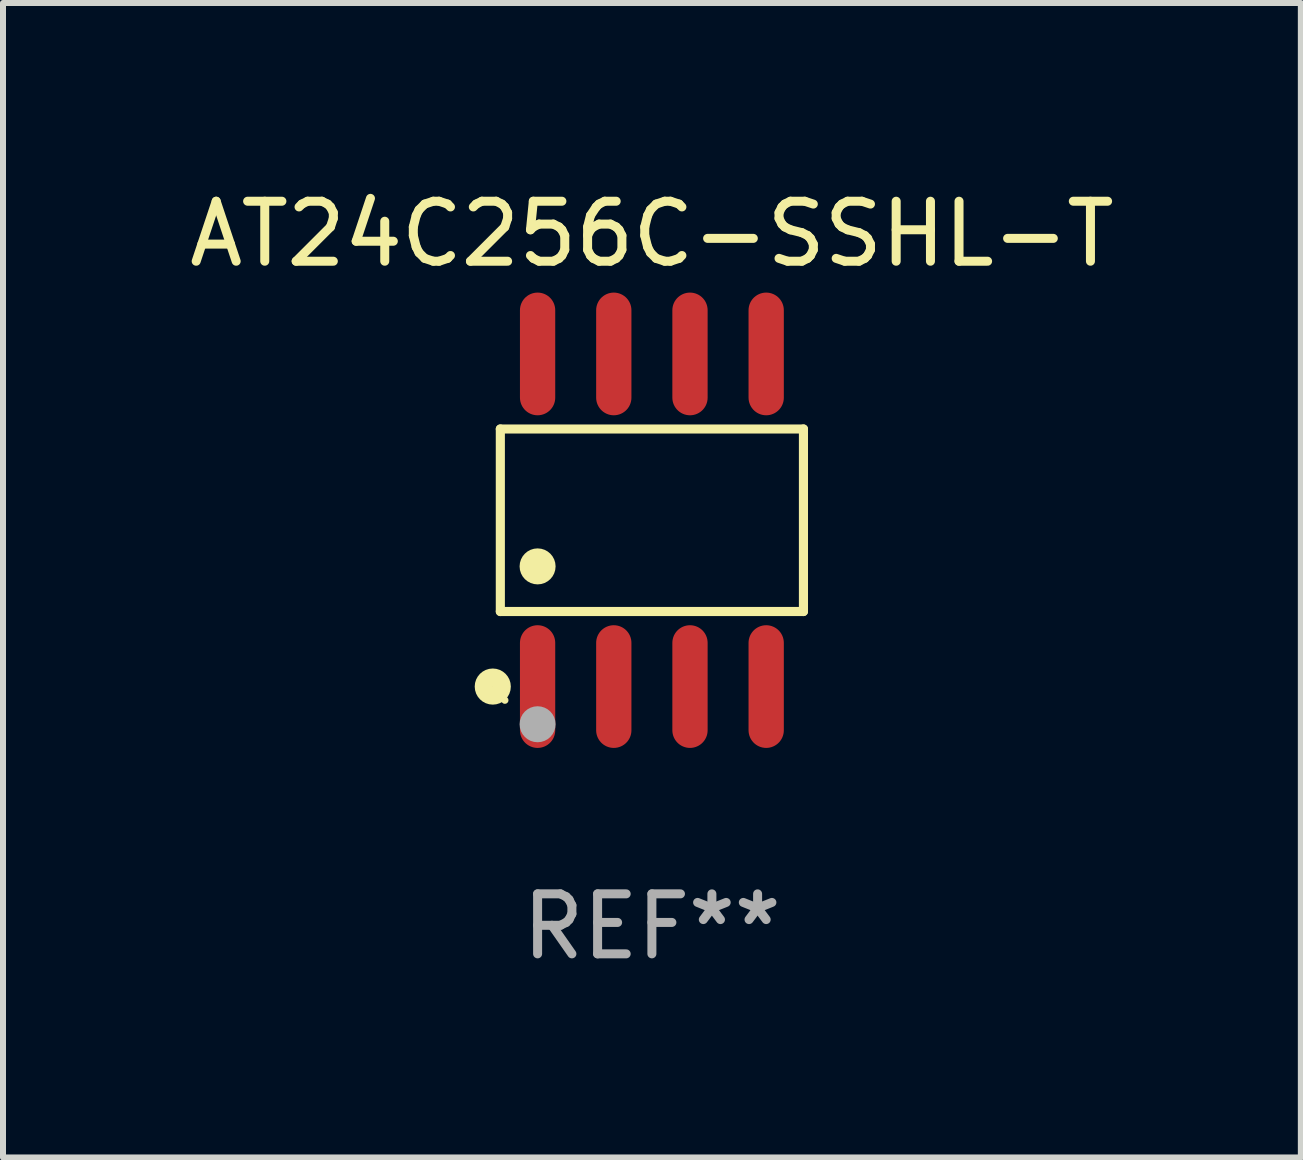
<source format=kicad_pcb>
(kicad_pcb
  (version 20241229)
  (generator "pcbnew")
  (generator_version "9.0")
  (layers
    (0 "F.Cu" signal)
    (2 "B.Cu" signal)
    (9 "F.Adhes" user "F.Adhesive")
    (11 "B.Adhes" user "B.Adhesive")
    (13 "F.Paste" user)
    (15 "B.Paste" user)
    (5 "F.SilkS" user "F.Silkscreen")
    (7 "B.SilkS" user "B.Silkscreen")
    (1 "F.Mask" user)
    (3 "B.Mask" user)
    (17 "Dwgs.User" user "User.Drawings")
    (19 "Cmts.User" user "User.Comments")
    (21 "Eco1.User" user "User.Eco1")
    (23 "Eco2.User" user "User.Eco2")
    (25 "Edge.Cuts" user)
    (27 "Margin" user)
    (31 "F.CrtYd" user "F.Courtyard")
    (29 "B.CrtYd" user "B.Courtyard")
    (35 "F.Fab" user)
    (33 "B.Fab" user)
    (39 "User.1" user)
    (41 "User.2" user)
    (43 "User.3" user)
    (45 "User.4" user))
  (footprint "AT24C256C-SSHL-T"
    (layer "F.Cu")
    (at 7.815 5.621)
    (property "Reference" "AT24C256C-SSHL-T" (at 0 -4.772 0) (layer "F.SilkS") (effects (font (size 1 1) (thickness 0.15))))
    (attr through_hole)
    (fp_line (start -2.526 -1.521) (end 2.526 -1.521) (stroke (width 0.152) (type solid)) (layer "F.SilkS"))
    (fp_line (start -2.526 1.521) (end -2.526 -1.521) (stroke (width 0.152) (type solid)) (layer "F.SilkS"))
    (fp_line (start 2.526 -1.521) (end 2.526 1.521) (stroke (width 0.152) (type solid)) (layer "F.SilkS"))
    (fp_line (start 2.526 1.521) (end -2.526 1.521) (stroke (width 0.152) (type solid)) (layer "F.SilkS"))
    (fp_circle (center -2.652 2.772) (end -2.501 2.772) (stroke (width 0.3) (type solid)) (fill no) (layer "F.SilkS"))
    (fp_circle (center -2.45 3) (end -2.42 3) (stroke (width 0.06) (type solid)) (fill no) (layer "F.SilkS"))
    (fp_circle (center -1.905 0.769) (end -1.755 0.769) (stroke (width 0.3) (type solid)) (fill no) (layer "F.SilkS"))
    (fp_circle (center -1.905 3.4) (end -1.755 3.4) (stroke (width 0.3) (type solid)) (fill no) (layer "F.Fab"))
    (fp_text user "REF**" (at 0 6.772 0) (layer "F.Fab") (effects (font (size 1 1) (thickness 0.15))))
    (pad "1" smd oval (at -1.905 2.772) (size 0.588 2.045) (layers "F.Cu" "F.Mask" "F.Paste"))
    (pad "2" smd oval (at -0.635 2.772) (size 0.588 2.045) (layers "F.Cu" "F.Mask" "F.Paste"))
    (pad "3" smd oval (at 0.635 2.772) (size 0.588 2.045) (layers "F.Cu" "F.Mask" "F.Paste"))
    (pad "4" smd oval (at 1.905 2.772) (size 0.588 2.045) (layers "F.Cu" "F.Mask" "F.Paste"))
    (pad "5" smd oval (at 1.905 -2.772) (size 0.588 2.045) (layers "F.Cu" "F.Mask" "F.Paste"))
    (pad "6" smd oval (at 0.635 -2.772) (size 0.588 2.045) (layers "F.Cu" "F.Mask" "F.Paste"))
    (pad "7" smd oval (at -0.635 -2.772) (size 0.588 2.045) (layers "F.Cu" "F.Mask" "F.Paste"))
    (pad "8" smd oval (at -1.905 -2.772) (size 0.588 2.045) (layers "F.Cu" "F.Mask" "F.Paste")))
  (gr_rect
    (start -3 -3)
    (end 18.631 16.241)
    (stroke (width 0.1) (type default))
    (fill no)
    (layer "Edge.Cuts")))
</source>
